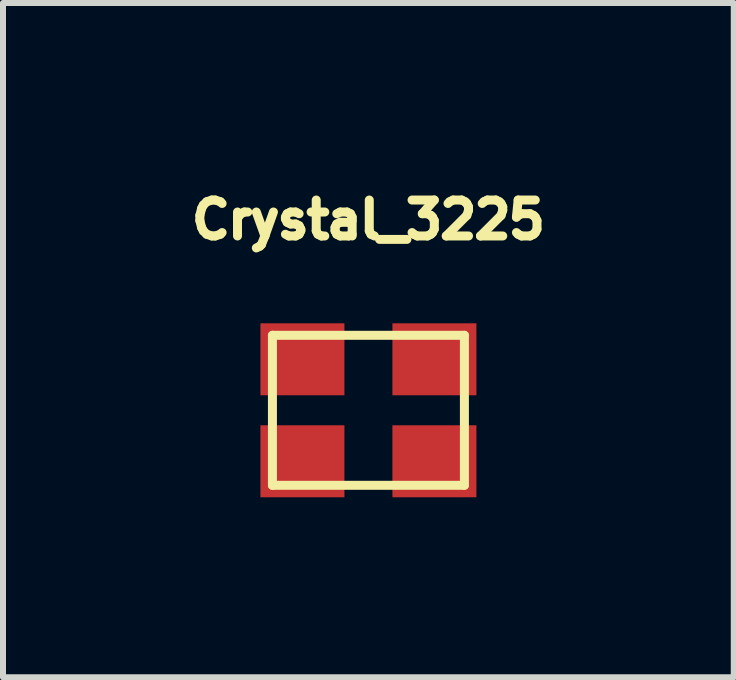
<source format=kicad_pcb>
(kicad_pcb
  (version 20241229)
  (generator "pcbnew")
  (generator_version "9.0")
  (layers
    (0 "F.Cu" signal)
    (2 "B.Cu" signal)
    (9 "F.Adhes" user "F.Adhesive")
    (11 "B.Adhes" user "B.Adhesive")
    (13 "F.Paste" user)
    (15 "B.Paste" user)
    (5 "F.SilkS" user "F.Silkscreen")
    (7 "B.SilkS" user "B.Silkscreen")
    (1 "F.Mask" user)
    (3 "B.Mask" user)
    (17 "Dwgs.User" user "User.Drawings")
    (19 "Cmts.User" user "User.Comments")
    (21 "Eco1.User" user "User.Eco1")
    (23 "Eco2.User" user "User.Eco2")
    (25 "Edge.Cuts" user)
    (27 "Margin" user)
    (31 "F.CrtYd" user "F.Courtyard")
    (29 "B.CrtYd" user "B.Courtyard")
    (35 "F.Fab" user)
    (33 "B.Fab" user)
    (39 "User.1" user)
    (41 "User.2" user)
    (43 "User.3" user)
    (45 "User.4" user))
  (footprint "Crystal_3225"
    (layer "F.Cu")
    (at 3.091 3.789)
    (property "Reference" "Crystal_3225" (at 0 -3.175 0) (layer "F.SilkS") (effects (font (size 0.599 0.599) (thickness 0.15))))
    (attr smd)
    (fp_line (start -1.6 -1.25) (end 1.6 -1.25) (stroke (width 0.15) (type solid)) (layer "F.SilkS"))
    (fp_line (start -1.6 1.25) (end -1.6 -1.25) (stroke (width 0.15) (type solid)) (layer "F.SilkS"))
    (fp_line (start 1.6 -1.25) (end 1.6 1.25) (stroke (width 0.15) (type solid)) (layer "F.SilkS"))
    (fp_line (start 1.6 1.25) (end -1.6 1.25) (stroke (width 0.15) (type solid)) (layer "F.SilkS"))
    (pad "1" smd rect (at -1.1 0.85) (size 1.4 1.2) (layers "F.Cu" "F.Mask" "F.Paste"))
    (pad "2" smd rect (at 1.1 -0.85) (size 1.4 1.2) (layers "F.Cu" "F.Mask" "F.Paste"))
    (pad "H" smd rect (at -1.1 -0.85) (size 1.4 1.2) (layers "F.Cu" "F.Mask" "F.Paste"))
    (pad "H" smd rect (at 1.1 0.85) (size 1.4 1.2) (layers "F.Cu" "F.Mask" "F.Paste")))
  (gr_rect
    (start -3 -3)
    (end 9.181 8.239)
    (stroke (width 0.1) (type default))
    (fill no)
    (layer "Edge.Cuts")))
</source>
